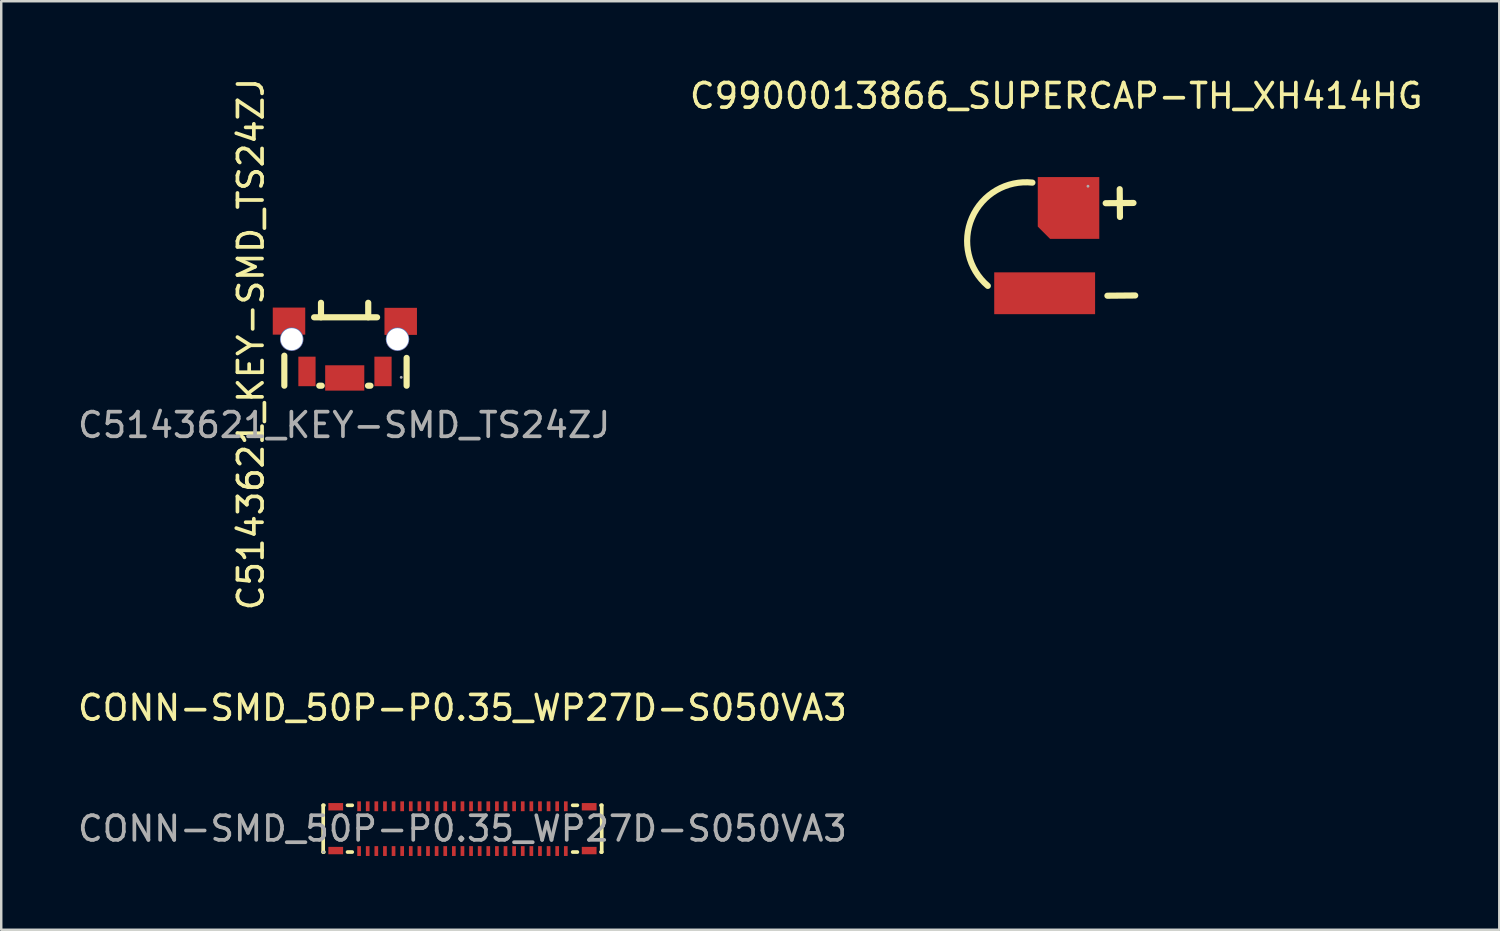
<source format=kicad_pcb>
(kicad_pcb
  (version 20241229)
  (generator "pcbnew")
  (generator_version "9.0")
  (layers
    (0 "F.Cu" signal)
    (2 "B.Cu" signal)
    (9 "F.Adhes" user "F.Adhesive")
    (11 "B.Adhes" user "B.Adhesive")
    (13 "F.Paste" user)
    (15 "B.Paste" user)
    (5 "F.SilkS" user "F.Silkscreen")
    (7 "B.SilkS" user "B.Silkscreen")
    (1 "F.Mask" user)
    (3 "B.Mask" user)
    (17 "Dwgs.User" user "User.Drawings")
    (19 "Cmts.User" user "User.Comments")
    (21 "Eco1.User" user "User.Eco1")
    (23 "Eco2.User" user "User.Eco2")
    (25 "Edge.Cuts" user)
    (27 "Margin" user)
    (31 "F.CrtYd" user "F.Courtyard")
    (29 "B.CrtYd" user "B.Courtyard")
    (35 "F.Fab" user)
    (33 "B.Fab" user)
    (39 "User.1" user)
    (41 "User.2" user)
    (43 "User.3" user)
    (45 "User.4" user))
  (footprint "CONN-SMD_50P-P0.35_WP27D-S050VA3"
    (layer "F.Cu")
    (at 15.744 30.627)
    (property "Reference" "CONN-SMD_50P-P0.35_WP27D-S050VA3" (at 0 -4.91 0) (layer "F.SilkS") (effects (font (size 1 1) (thickness 0.15))))
    (attr smd)
    (fp_line (start -5.66 -0.95) (end -5.63 -0.95) (stroke (width 0.15) (type solid)) (layer "F.SilkS"))
    (fp_line (start -5.66 0.95) (end -5.66 -0.95) (stroke (width 0.15) (type solid)) (layer "F.SilkS"))
    (fp_line (start -5.63 0.95) (end -5.66 0.95) (stroke (width 0.15) (type solid)) (layer "F.SilkS"))
    (fp_line (start -4.67 -0.95) (end -4.48 -0.95) (stroke (width 0.15) (type solid)) (layer "F.SilkS"))
    (fp_line (start -4.48 0.95) (end -4.67 0.95) (stroke (width 0.15) (type solid)) (layer "F.SilkS"))
    (fp_line (start 4.48 -0.95) (end 4.67 -0.95) (stroke (width 0.15) (type solid)) (layer "F.SilkS"))
    (fp_line (start 4.67 0.95) (end 4.48 0.95) (stroke (width 0.15) (type solid)) (layer "F.SilkS"))
    (fp_line (start 5.63 -0.95) (end 5.66 -0.95) (stroke (width 0.15) (type solid)) (layer "F.SilkS"))
    (fp_line (start 5.66 -0.95) (end 5.66 0.95) (stroke (width 0.15) (type solid)) (layer "F.SilkS"))
    (fp_line (start 5.66 0.95) (end 5.63 0.95) (stroke (width 0.15) (type solid)) (layer "F.SilkS"))
    (fp_circle (center -5.65 0.95) (end -5.62 0.95) (stroke (width 0.06) (type solid)) (fill no) (layer "F.Fab"))
    (fp_text user "${REFERENCE}" (at 0 0 0) (layer "F.Fab") (effects (font (size 1 1) (thickness 0.15))))
    (pad "1" smd rect (at -4.2 0.91) (size 0.15 0.4) (layers "F.Cu" "F.Mask" "F.Paste"))
    (pad "2" smd rect (at -3.85 0.91) (size 0.15 0.4) (layers "F.Cu" "F.Mask" "F.Paste"))
    (pad "3" smd rect (at -3.5 0.91) (size 0.15 0.4) (layers "F.Cu" "F.Mask" "F.Paste"))
    (pad "4" smd rect (at -3.15 0.91) (size 0.15 0.4) (layers "F.Cu" "F.Mask" "F.Paste"))
    (pad "5" smd rect (at -2.8 0.91) (size 0.15 0.4) (layers "F.Cu" "F.Mask" "F.Paste"))
    (pad "6" smd rect (at -2.45 0.91) (size 0.15 0.4) (layers "F.Cu" "F.Mask" "F.Paste"))
    (pad "7" smd rect (at -2.1 0.91) (size 0.15 0.4) (layers "F.Cu" "F.Mask" "F.Paste"))
    (pad "8" smd rect (at -1.75 0.91) (size 0.15 0.4) (layers "F.Cu" "F.Mask" "F.Paste"))
    (pad "9" smd rect (at -1.4 0.91) (size 0.15 0.4) (layers "F.Cu" "F.Mask" "F.Paste"))
    (pad "10" smd rect (at -1.05 0.91) (size 0.15 0.4) (layers "F.Cu" "F.Mask" "F.Paste"))
    (pad "11" smd rect (at -0.7 0.91) (size 0.15 0.4) (layers "F.Cu" "F.Mask" "F.Paste"))
    (pad "12" smd rect (at -0.35 0.91) (size 0.15 0.4) (layers "F.Cu" "F.Mask" "F.Paste"))
    (pad "13" smd rect (at 0 0.91) (size 0.15 0.4) (layers "F.Cu" "F.Mask" "F.Paste"))
    (pad "14" smd rect (at 0.35 0.91) (size 0.15 0.4) (layers "F.Cu" "F.Mask" "F.Paste"))
    (pad "15" smd rect (at 0.7 0.91) (size 0.15 0.4) (layers "F.Cu" "F.Mask" "F.Paste"))
    (pad "16" smd rect (at 1.05 0.91) (size 0.15 0.4) (layers "F.Cu" "F.Mask" "F.Paste"))
    (pad "17" smd rect (at 1.4 0.91) (size 0.15 0.4) (layers "F.Cu" "F.Mask" "F.Paste"))
    (pad "18" smd rect (at 1.75 0.91) (size 0.15 0.4) (layers "F.Cu" "F.Mask" "F.Paste"))
    (pad "19" smd rect (at 2.1 0.91) (size 0.15 0.4) (layers "F.Cu" "F.Mask" "F.Paste"))
    (pad "20" smd rect (at 2.45 0.91) (size 0.15 0.4) (layers "F.Cu" "F.Mask" "F.Paste"))
    (pad "21" smd rect (at 2.8 0.91) (size 0.15 0.4) (layers "F.Cu" "F.Mask" "F.Paste"))
    (pad "22" smd rect (at 3.15 0.91) (size 0.15 0.4) (layers "F.Cu" "F.Mask" "F.Paste"))
    (pad "23" smd rect (at 3.5 0.91) (size 0.15 0.4) (layers "F.Cu" "F.Mask" "F.Paste"))
    (pad "24" smd rect (at 3.85 0.91) (size 0.15 0.4) (layers "F.Cu" "F.Mask" "F.Paste"))
    (pad "25" smd rect (at 4.2 0.91) (size 0.15 0.4) (layers "F.Cu" "F.Mask" "F.Paste"))
    (pad "26" smd rect (at 4.2 -0.91) (size 0.15 0.4) (layers "F.Cu" "F.Mask" "F.Paste"))
    (pad "27" smd rect (at 3.85 -0.91) (size 0.15 0.4) (layers "F.Cu" "F.Mask" "F.Paste"))
    (pad "28" smd rect (at 3.5 -0.91) (size 0.15 0.4) (layers "F.Cu" "F.Mask" "F.Paste"))
    (pad "29" smd rect (at 3.15 -0.91) (size 0.15 0.4) (layers "F.Cu" "F.Mask" "F.Paste"))
    (pad "30" smd rect (at 2.8 -0.91) (size 0.15 0.4) (layers "F.Cu" "F.Mask" "F.Paste"))
    (pad "31" smd rect (at 2.45 -0.91) (size 0.15 0.4) (layers "F.Cu" "F.Mask" "F.Paste"))
    (pad "32" smd rect (at 2.1 -0.91) (size 0.15 0.4) (layers "F.Cu" "F.Mask" "F.Paste"))
    (pad "33" smd rect (at 1.75 -0.91) (size 0.15 0.4) (layers "F.Cu" "F.Mask" "F.Paste"))
    (pad "34" smd rect (at 1.4 -0.91) (size 0.15 0.4) (layers "F.Cu" "F.Mask" "F.Paste"))
    (pad "35" smd rect (at 1.05 -0.91) (size 0.15 0.4) (layers "F.Cu" "F.Mask" "F.Paste"))
    (pad "36" smd rect (at 0.7 -0.91) (size 0.15 0.4) (layers "F.Cu" "F.Mask" "F.Paste"))
    (pad "37" smd rect (at 0.35 -0.91) (size 0.15 0.4) (layers "F.Cu" "F.Mask" "F.Paste"))
    (pad "38" smd rect (at 0 -0.91) (size 0.15 0.4) (layers "F.Cu" "F.Mask" "F.Paste"))
    (pad "39" smd rect (at -0.35 -0.91) (size 0.15 0.4) (layers "F.Cu" "F.Mask" "F.Paste"))
    (pad "40" smd rect (at -0.7 -0.91) (size 0.15 0.4) (layers "F.Cu" "F.Mask" "F.Paste"))
    (pad "41" smd rect (at -1.05 -0.91) (size 0.15 0.4) (layers "F.Cu" "F.Mask" "F.Paste"))
    (pad "42" smd rect (at -1.4 -0.91) (size 0.15 0.4) (layers "F.Cu" "F.Mask" "F.Paste"))
    (pad "43" smd rect (at -1.75 -0.91) (size 0.15 0.4) (layers "F.Cu" "F.Mask" "F.Paste"))
    (pad "44" smd rect (at -2.1 -0.91) (size 0.15 0.4) (layers "F.Cu" "F.Mask" "F.Paste"))
    (pad "45" smd rect (at -2.45 -0.91) (size 0.15 0.4) (layers "F.Cu" "F.Mask" "F.Paste"))
    (pad "46" smd rect (at -2.8 -0.91) (size 0.15 0.4) (layers "F.Cu" "F.Mask" "F.Paste"))
    (pad "47" smd rect (at -3.15 -0.91) (size 0.15 0.4) (layers "F.Cu" "F.Mask" "F.Paste"))
    (pad "48" smd rect (at -3.5 -0.91) (size 0.15 0.4) (layers "F.Cu" "F.Mask" "F.Paste"))
    (pad "49" smd rect (at -3.85 -0.91) (size 0.15 0.4) (layers "F.Cu" "F.Mask" "F.Paste"))
    (pad "50" smd rect (at -4.2 -0.91) (size 0.15 0.4) (layers "F.Cu" "F.Mask" "F.Paste"))
    (pad "51" smd rect (at 5.15 -0.89 90) (size 0.3 0.6) (layers "F.Cu" "F.Mask" "F.Paste"))
    (pad "52" smd rect (at 5.15 0.89 90) (size 0.3 0.6) (layers "F.Cu" "F.Mask" "F.Paste"))
    (pad "53" smd rect (at -5.15 0.89 90) (size 0.3 0.6) (layers "F.Cu" "F.Mask" "F.Paste"))
    (pad "54" smd rect (at -5.15 -0.89 90) (size 0.3 0.6) (layers "F.Cu" "F.Mask" "F.Paste")))
  (footprint "C9900013866_SUPERCAP-TH_XH414HG"
    (layer "F.Cu")
    (at 39.875 6.858)
    (property "Reference" "C9900013866_SUPERCAP-TH_XH414HG" (at 0 -6.01 0) (layer "F.SilkS") (effects (font (size 1 1) (thickness 0.15))))
    (attr smd)
    (fp_line (start 2.01 -1.65) (end 3.14 -1.66) (stroke (width 0.25) (type solid)) (layer "F.SilkS"))
    (fp_line (start 2.08 2.11) (end 3.21 2.1) (stroke (width 0.25) (type solid)) (layer "F.SilkS"))
    (fp_line (start 2.59 -1.09) (end 2.58 -2.22) (stroke (width 0.25) (type solid)) (layer "F.SilkS"))
    (fp_arc (start -2.78 1.71) (mid -3.42481 -1.057475) (end -0.968528 -2.486243) (stroke (width 0.25) (type solid)) (layer "F.SilkS"))
    (fp_circle (center 1.29 -2.34) (end 1.32 -2.34) (stroke (width 0.06) (type solid)) (fill no) (layer "F.Fab"))
    (pad "1" smd roundrect (at 0.5 -1.456 90) (size 2.512 2.5) (layers "F.Cu" "F.Mask" "F.Paste") (roundrect_rratio 0) (chamfer_ratio 0.2) (chamfer top_left))
    (pad "2" smd rect (at -0.47 2.01) (size 4.1 1.7) (layers "F.Cu" "F.Mask" "F.Paste")))
  (footprint "C5143621_KEY-SMD_TS24ZJ"
    (layer "F.Cu")
    (at 10.955 11.055)
    (property "Reference" "C5143621_KEY-SMD_TS24ZJ" (at -3.81 -0.12 90) (layer "F.SilkS") (effects (font (size 1 1) (thickness 0.15))))
    (attr through_hole)
    (fp_line (start -2.45 0.35) (end -2.45 1.57) (stroke (width 0.25) (type solid)) (layer "F.SilkS"))
    (fp_line (start -1.24 -1.21) (end 1.32 -1.21) (stroke (width 0.25) (type solid)) (layer "F.SilkS"))
    (fp_line (start -1.03 1.57) (end -0.93 1.57) (stroke (width 0.25) (type solid)) (layer "F.SilkS"))
    (fp_line (start -0.96 -1.21) (end -0.96 -1.8) (stroke (width 0.25) (type solid)) (layer "F.SilkS"))
    (fp_line (start 0.95 1.57) (end 1.05 1.57) (stroke (width 0.25) (type solid)) (layer "F.SilkS"))
    (fp_line (start 0.96 -1.8) (end 0.96 -1.21) (stroke (width 0.25) (type solid)) (layer "F.SilkS"))
    (fp_line (start 2.52 1.57) (end 2.52 0.44) (stroke (width 0.25) (type solid)) (layer "F.SilkS"))
    (fp_circle (center 2.3 1.23) (end 2.33 1.23) (stroke (width 0.06) (type solid)) (fill no) (layer "F.Fab"))
    (fp_text user "${REFERENCE}" (at -0.02 3.17 0) (layer "F.Fab") (effects (font (size 1 1) (thickness 0.15))))
    (pad "1" smd rect (at 1.56 0.99 180) (size 0.7 1.2) (layers "F.Cu" "F.Mask" "F.Paste"))
    (pad "2" smd rect (at -1.53 0.99 180) (size 0.7 1.2) (layers "F.Cu" "F.Mask" "F.Paste"))
    (pad "3" smd rect (at -2.26 -1.055 180) (size 1.32 1.1) (layers "F.Cu" "F.Mask" "F.Paste"))
    (pad "3" thru_hole circle (at -2.15 -0.32) (size 0.95 0.95) (drill 0.9) (layers "*.Cu" "*.Mask"))
    (pad "4" thru_hole circle (at 2.15 -0.32) (size 0.95 0.95) (drill 0.9) (layers "*.Cu" "*.Mask"))
    (pad "4" smd rect (at 2.28 -1.045 180) (size 1.32 1.1) (layers "F.Cu" "F.Mask" "F.Paste"))
    (pad "5" smd rect (at 0.005 1.255 180) (size 1.59 1.03) (layers "F.Cu" "F.Mask" "F.Paste")))
  (gr_rect
    (start -3 -3)
    (end 57.881 34.737)
    (stroke (width 0.1) (type default))
    (fill no)
    (layer "Edge.Cuts")))
</source>
